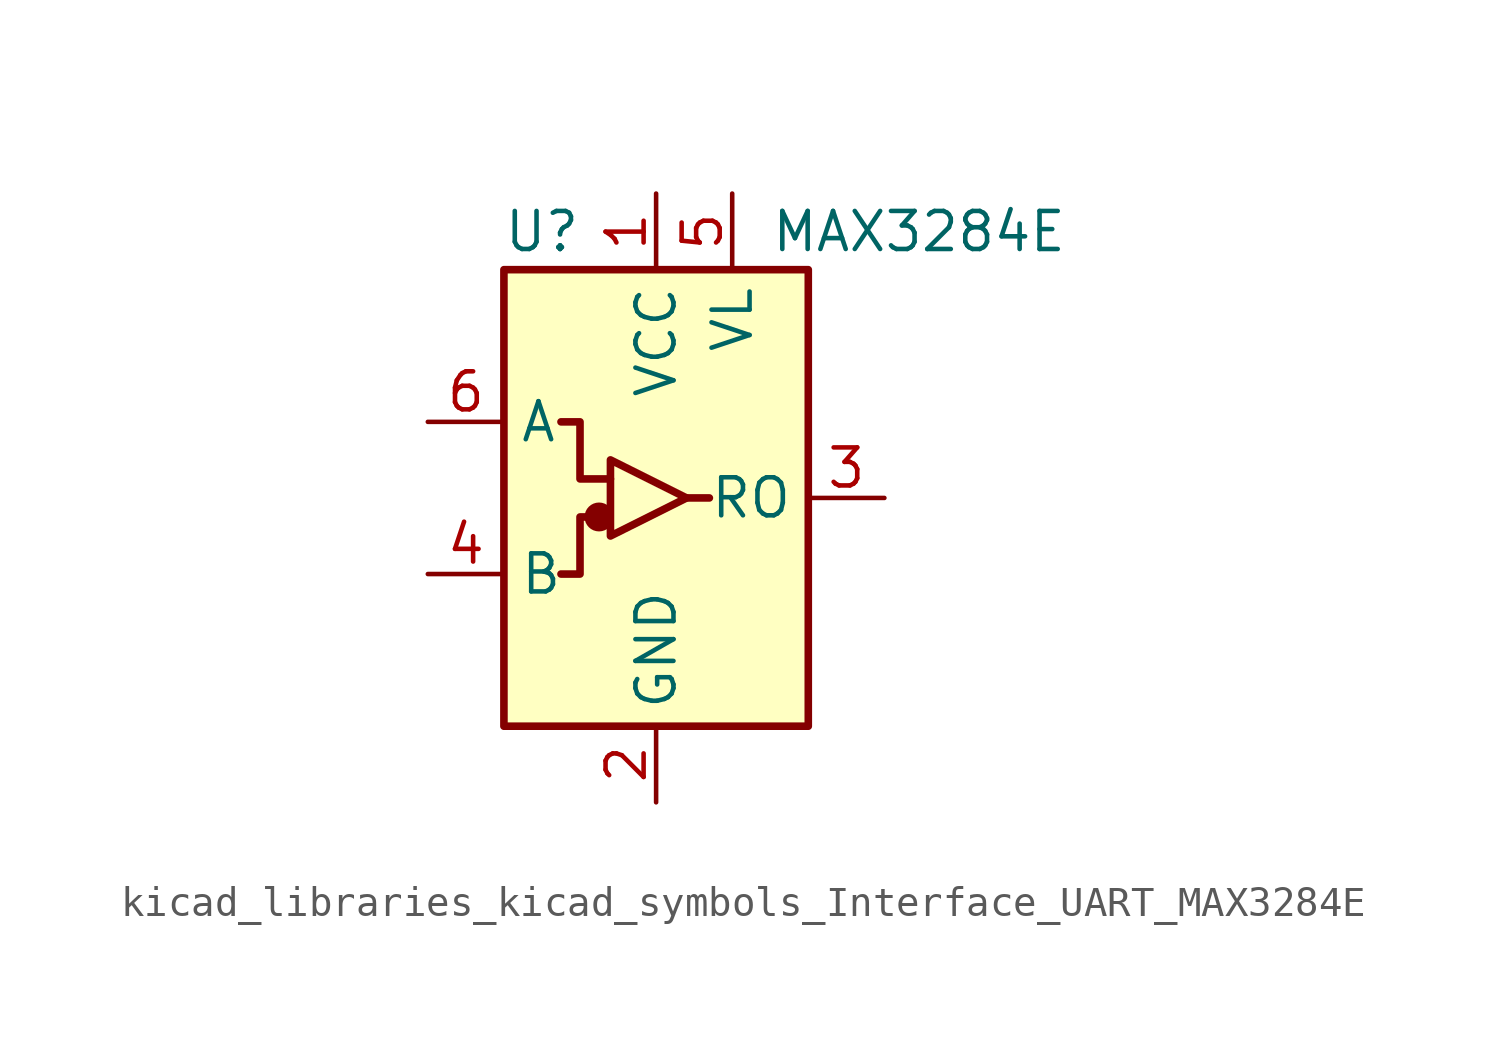
<source format=kicad_sym>
(kicad_symbol_lib
  (version 20220914)
  (generator kicad_symbol_editor)
  (symbol "kicad_libraries_kicad_symbols_Interface_UART_MAX3284E"
    (property "Reference" "U"
      (at -3.81 8.89 0)
      (effects (font (size 1.27 1.27))))
    (property "Value" "MAX3284E"
      (at 3.81 8.89 0)
      (effects (font (size 1.27 1.27)) (justify left)))
    (symbol "kicad_libraries_kicad_symbols_Interface_UART_MAX3284E_0_1"
      (rectangle (start -5.08 7.62) (end 5.08 -7.62) (stroke (width 0.254) (type default)) (fill (type background)))
      (circle (center -1.905 -0.635) (radius 0.356) (stroke (width 0.254) (type default)) (fill (type outline)))
      (rectangle (start -1.524 0.635) (end -1.524 0.635) (stroke (width 0) (type default)) (fill (type none)))
      (polyline (pts (xy 1.778 0) (xy 1.016 0)) (stroke (width 0.254) (type default)) (fill (type none)))
      (polyline (pts (xy -1.905 -0.635) (xy -2.54 -0.635) (xy -2.54 -2.54) (xy -3.175 -2.54)) (stroke (width 0.254) (type default)) (fill (type none)))
      (polyline (pts (xy -1.524 0.635) (xy -2.54 0.635) (xy -2.54 2.54) (xy -3.175 2.54)) (stroke (width 0.254) (type default)) (fill (type none)))
      (polyline (pts (xy 1.016 0) (xy -1.524 1.27) (xy -1.524 -1.27) (xy 1.016 0)) (stroke (width 0.254) (type default)) (fill (type none))))
    (symbol "kicad_libraries_kicad_symbols_Interface_UART_MAX3284E_1_1"
      (pin power_in line (at 0 10.16 270) (length 2.54) (name "VCC" (effects (font (size 1.27 1.27)))) (number "1" (effects (font (size 1.27 1.27)))))
      (pin power_in line (at 0 -10.16 90) (length 2.54) (name "GND" (effects (font (size 1.27 1.27)))) (number "2" (effects (font (size 1.27 1.27)))))
      (pin output line (at 7.62 0 180) (length 2.54) (name "RO" (effects (font (size 1.27 1.27)))) (number "3" (effects (font (size 1.27 1.27)))))
      (pin input line (at -7.62 -2.54 0) (length 2.54) (name "B" (effects (font (size 1.27 1.27)))) (number "4" (effects (font (size 1.27 1.27)))))
      (pin power_in line (at 2.54 10.16 270) (length 2.54) (name "VL" (effects (font (size 1.27 1.27)))) (number "5" (effects (font (size 1.27 1.27)))))
      (pin input line (at -7.62 2.54 0) (length 2.54) (name "A" (effects (font (size 1.27 1.27)))) (number "6" (effects (font (size 1.27 1.27))))))))
</source>
